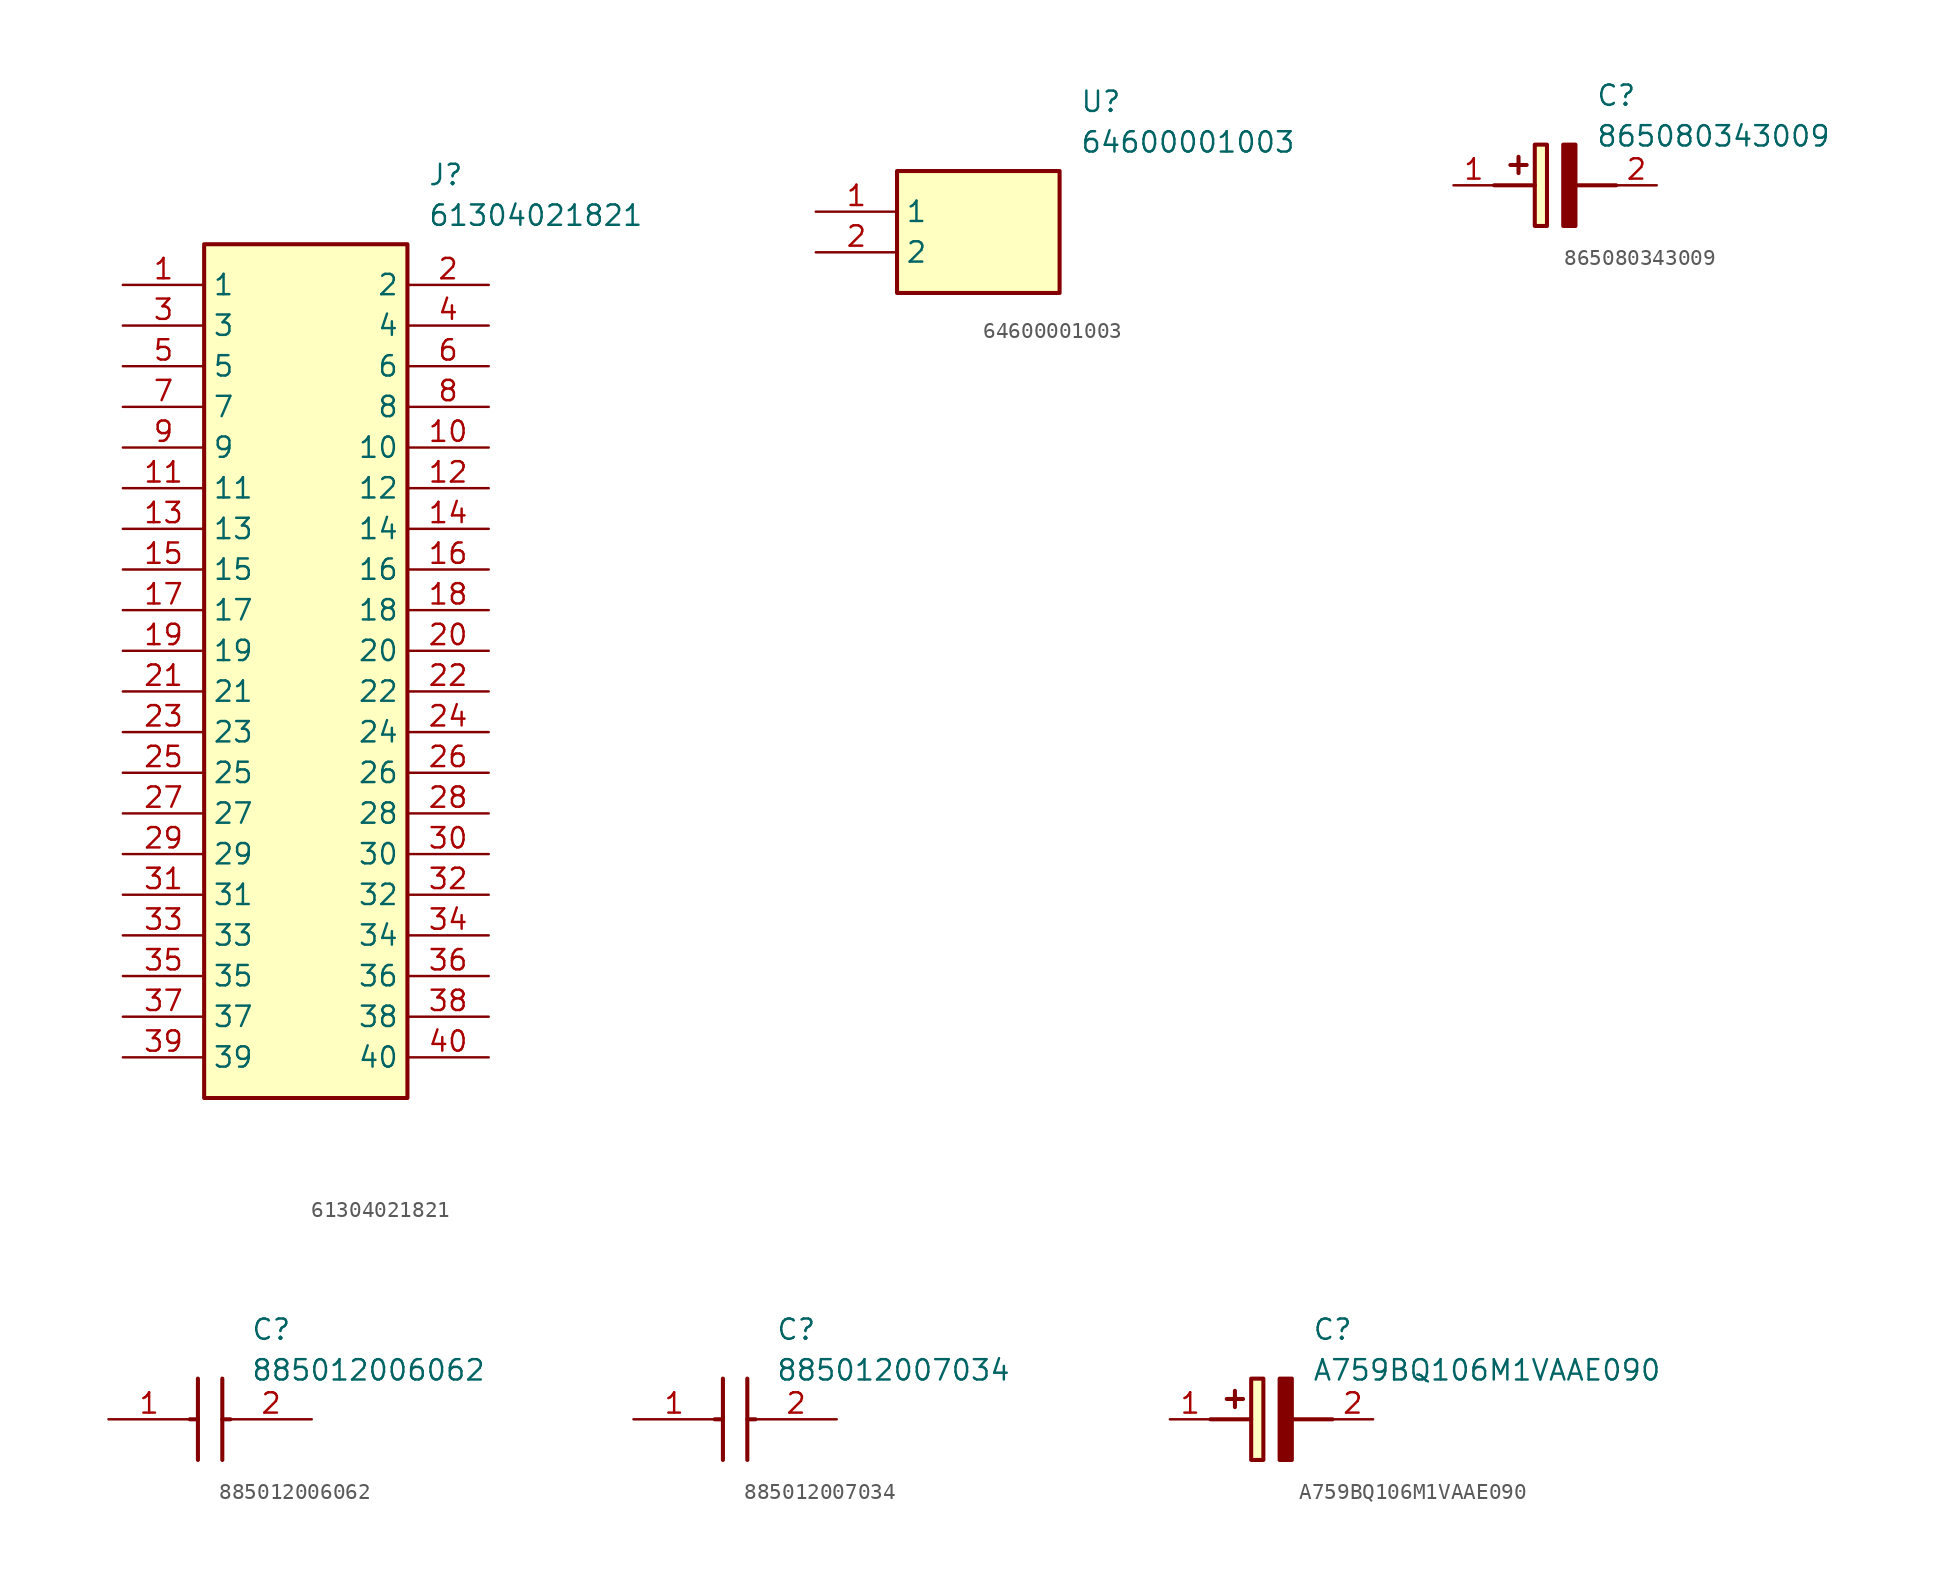
<source format=kicad_sym>
(kicad_symbol_lib
  (version 20231120)
  (generator "kicad_symbol_editor")
  (generator_version "8.0")
  (symbol "61304021821"
    (property "Reference" "J"
      (at 19.05 7.62 0)
      (effects (font (size 1.27 1.27)) (justify left top)))
    (property "Value" "61304021821"
      (at 19.05 5.08 0)
      (effects (font (size 1.27 1.27)) (justify left top)))
    (symbol "61304021821_1_1"
      (rectangle (start 5.08 2.54) (end 17.78 -50.8) (stroke (width 0.254) (type default)) (fill (type background)))
      (pin passive line (at 0 0 0) (length 5.08) (name "1" (effects (font (size 1.27 1.27)))) (number "1" (effects (font (size 1.27 1.27)))))
      (pin passive line (at 22.86 -10.16 180) (length 5.08) (name "10" (effects (font (size 1.27 1.27)))) (number "10" (effects (font (size 1.27 1.27)))))
      (pin passive line (at 0 -12.7 0) (length 5.08) (name "11" (effects (font (size 1.27 1.27)))) (number "11" (effects (font (size 1.27 1.27)))))
      (pin passive line (at 22.86 -12.7 180) (length 5.08) (name "12" (effects (font (size 1.27 1.27)))) (number "12" (effects (font (size 1.27 1.27)))))
      (pin passive line (at 0 -15.24 0) (length 5.08) (name "13" (effects (font (size 1.27 1.27)))) (number "13" (effects (font (size 1.27 1.27)))))
      (pin passive line (at 22.86 -15.24 180) (length 5.08) (name "14" (effects (font (size 1.27 1.27)))) (number "14" (effects (font (size 1.27 1.27)))))
      (pin passive line (at 0 -17.78 0) (length 5.08) (name "15" (effects (font (size 1.27 1.27)))) (number "15" (effects (font (size 1.27 1.27)))))
      (pin passive line (at 22.86 -17.78 180) (length 5.08) (name "16" (effects (font (size 1.27 1.27)))) (number "16" (effects (font (size 1.27 1.27)))))
      (pin passive line (at 0 -20.32 0) (length 5.08) (name "17" (effects (font (size 1.27 1.27)))) (number "17" (effects (font (size 1.27 1.27)))))
      (pin passive line (at 22.86 -20.32 180) (length 5.08) (name "18" (effects (font (size 1.27 1.27)))) (number "18" (effects (font (size 1.27 1.27)))))
      (pin passive line (at 0 -22.86 0) (length 5.08) (name "19" (effects (font (size 1.27 1.27)))) (number "19" (effects (font (size 1.27 1.27)))))
      (pin passive line (at 22.86 0 180) (length 5.08) (name "2" (effects (font (size 1.27 1.27)))) (number "2" (effects (font (size 1.27 1.27)))))
      (pin passive line (at 22.86 -22.86 180) (length 5.08) (name "20" (effects (font (size 1.27 1.27)))) (number "20" (effects (font (size 1.27 1.27)))))
      (pin passive line (at 0 -25.4 0) (length 5.08) (name "21" (effects (font (size 1.27 1.27)))) (number "21" (effects (font (size 1.27 1.27)))))
      (pin passive line (at 22.86 -25.4 180) (length 5.08) (name "22" (effects (font (size 1.27 1.27)))) (number "22" (effects (font (size 1.27 1.27)))))
      (pin passive line (at 0 -27.94 0) (length 5.08) (name "23" (effects (font (size 1.27 1.27)))) (number "23" (effects (font (size 1.27 1.27)))))
      (pin passive line (at 22.86 -27.94 180) (length 5.08) (name "24" (effects (font (size 1.27 1.27)))) (number "24" (effects (font (size 1.27 1.27)))))
      (pin passive line (at 0 -30.48 0) (length 5.08) (name "25" (effects (font (size 1.27 1.27)))) (number "25" (effects (font (size 1.27 1.27)))))
      (pin passive line (at 22.86 -30.48 180) (length 5.08) (name "26" (effects (font (size 1.27 1.27)))) (number "26" (effects (font (size 1.27 1.27)))))
      (pin passive line (at 0 -33.02 0) (length 5.08) (name "27" (effects (font (size 1.27 1.27)))) (number "27" (effects (font (size 1.27 1.27)))))
      (pin passive line (at 22.86 -33.02 180) (length 5.08) (name "28" (effects (font (size 1.27 1.27)))) (number "28" (effects (font (size 1.27 1.27)))))
      (pin passive line (at 0 -35.56 0) (length 5.08) (name "29" (effects (font (size 1.27 1.27)))) (number "29" (effects (font (size 1.27 1.27)))))
      (pin passive line (at 0 -2.54 0) (length 5.08) (name "3" (effects (font (size 1.27 1.27)))) (number "3" (effects (font (size 1.27 1.27)))))
      (pin passive line (at 22.86 -35.56 180) (length 5.08) (name "30" (effects (font (size 1.27 1.27)))) (number "30" (effects (font (size 1.27 1.27)))))
      (pin passive line (at 0 -38.1 0) (length 5.08) (name "31" (effects (font (size 1.27 1.27)))) (number "31" (effects (font (size 1.27 1.27)))))
      (pin passive line (at 22.86 -38.1 180) (length 5.08) (name "32" (effects (font (size 1.27 1.27)))) (number "32" (effects (font (size 1.27 1.27)))))
      (pin passive line (at 0 -40.64 0) (length 5.08) (name "33" (effects (font (size 1.27 1.27)))) (number "33" (effects (font (size 1.27 1.27)))))
      (pin passive line (at 22.86 -40.64 180) (length 5.08) (name "34" (effects (font (size 1.27 1.27)))) (number "34" (effects (font (size 1.27 1.27)))))
      (pin passive line (at 0 -43.18 0) (length 5.08) (name "35" (effects (font (size 1.27 1.27)))) (number "35" (effects (font (size 1.27 1.27)))))
      (pin passive line (at 22.86 -43.18 180) (length 5.08) (name "36" (effects (font (size 1.27 1.27)))) (number "36" (effects (font (size 1.27 1.27)))))
      (pin passive line (at 0 -45.72 0) (length 5.08) (name "37" (effects (font (size 1.27 1.27)))) (number "37" (effects (font (size 1.27 1.27)))))
      (pin passive line (at 22.86 -45.72 180) (length 5.08) (name "38" (effects (font (size 1.27 1.27)))) (number "38" (effects (font (size 1.27 1.27)))))
      (pin passive line (at 0 -48.26 0) (length 5.08) (name "39" (effects (font (size 1.27 1.27)))) (number "39" (effects (font (size 1.27 1.27)))))
      (pin passive line (at 22.86 -2.54 180) (length 5.08) (name "4" (effects (font (size 1.27 1.27)))) (number "4" (effects (font (size 1.27 1.27)))))
      (pin passive line (at 22.86 -48.26 180) (length 5.08) (name "40" (effects (font (size 1.27 1.27)))) (number "40" (effects (font (size 1.27 1.27)))))
      (pin passive line (at 0 -5.08 0) (length 5.08) (name "5" (effects (font (size 1.27 1.27)))) (number "5" (effects (font (size 1.27 1.27)))))
      (pin passive line (at 22.86 -5.08 180) (length 5.08) (name "6" (effects (font (size 1.27 1.27)))) (number "6" (effects (font (size 1.27 1.27)))))
      (pin passive line (at 0 -7.62 0) (length 5.08) (name "7" (effects (font (size 1.27 1.27)))) (number "7" (effects (font (size 1.27 1.27)))))
      (pin passive line (at 22.86 -7.62 180) (length 5.08) (name "8" (effects (font (size 1.27 1.27)))) (number "8" (effects (font (size 1.27 1.27)))))
      (pin passive line (at 0 -10.16 0) (length 5.08) (name "9" (effects (font (size 1.27 1.27)))) (number "9" (effects (font (size 1.27 1.27)))))))
  (symbol "64600001003"
    (property "Reference" "U"
      (at 16.51 7.62 0)
      (effects (font (size 1.27 1.27)) (justify left top)))
    (property "Value" "64600001003"
      (at 16.51 5.08 0)
      (effects (font (size 1.27 1.27)) (justify left top)))
    (symbol "64600001003_1_1"
      (rectangle (start 5.08 2.54) (end 15.24 -5.08) (stroke (width 0.254) (type default)) (fill (type background)))
      (pin passive line (at 0 0 0) (length 5.08) (name "1" (effects (font (size 1.27 1.27)))) (number "1" (effects (font (size 1.27 1.27)))))
      (pin passive line (at 0 -2.54 0) (length 5.08) (name "2" (effects (font (size 1.27 1.27)))) (number "2" (effects (font (size 1.27 1.27)))))))
  (symbol "865080343009"
    (pin_names hide)
    (property "Reference" "C"
      (at 8.89 6.35 0)
      (effects (font (size 1.27 1.27)) (justify left top)))
    (property "Value" "865080343009"
      (at 8.89 3.81 0)
      (effects (font (size 1.27 1.27)) (justify left top)))
    (symbol "865080343009_1_1"
      (polyline (pts (xy 2.54 0) (xy 5.08 0)) (stroke (width 0.254) (type default)) (fill (type none)))
      (polyline (pts (xy 4.064 1.778) (xy 4.064 0.762)) (stroke (width 0.254) (type default)) (fill (type none)))
      (polyline (pts (xy 4.572 1.27) (xy 3.556 1.27)) (stroke (width 0.254) (type default)) (fill (type none)))
      (polyline (pts (xy 7.62 0) (xy 10.16 0)) (stroke (width 0.254) (type default)) (fill (type none)))
      (polyline (pts (xy 7.62 2.54) (xy 7.62 -2.54) (xy 6.858 -2.54) (xy 6.858 2.54) (xy 7.62 2.54)) (stroke (width 0.254) (type default)) (fill (type outline)))
      (rectangle (start 5.08 2.54) (end 5.842 -2.54) (stroke (width 0.254) (type default)) (fill (type background)))
      (pin passive line (at 0 0 0) (length 2.54) (name "+" (effects (font (size 1.27 1.27)))) (number "1" (effects (font (size 1.27 1.27)))))
      (pin passive line (at 12.7 0 180) (length 2.54) (name "-" (effects (font (size 1.27 1.27)))) (number "2" (effects (font (size 1.27 1.27)))))))
  (symbol "885012006062"
    (pin_names hide)
    (property "Reference" "C"
      (at 8.89 6.35 0)
      (effects (font (size 1.27 1.27)) (justify left top)))
    (property "Value" "885012006062"
      (at 8.89 3.81 0)
      (effects (font (size 1.27 1.27)) (justify left top)))
    (symbol "885012006062_1_1"
      (polyline (pts (xy 5.08 0) (xy 5.588 0)) (stroke (width 0.254) (type default)) (fill (type none)))
      (polyline (pts (xy 5.588 2.54) (xy 5.588 -2.54)) (stroke (width 0.254) (type default)) (fill (type none)))
      (polyline (pts (xy 7.112 0) (xy 7.62 0)) (stroke (width 0.254) (type default)) (fill (type none)))
      (polyline (pts (xy 7.112 2.54) (xy 7.112 -2.54)) (stroke (width 0.254) (type default)) (fill (type none)))
      (pin passive line (at 0 0 0) (length 5.08) (name "1" (effects (font (size 1.27 1.27)))) (number "1" (effects (font (size 1.27 1.27)))))
      (pin passive line (at 12.7 0 180) (length 5.08) (name "2" (effects (font (size 1.27 1.27)))) (number "2" (effects (font (size 1.27 1.27)))))))
  (symbol "885012007034"
    (pin_names hide)
    (property "Reference" "C"
      (at 8.89 6.35 0)
      (effects (font (size 1.27 1.27)) (justify left top)))
    (property "Value" "885012007034"
      (at 8.89 3.81 0)
      (effects (font (size 1.27 1.27)) (justify left top)))
    (symbol "885012007034_1_1"
      (polyline (pts (xy 5.08 0) (xy 5.588 0)) (stroke (width 0.254) (type default)) (fill (type none)))
      (polyline (pts (xy 5.588 2.54) (xy 5.588 -2.54)) (stroke (width 0.254) (type default)) (fill (type none)))
      (polyline (pts (xy 7.112 0) (xy 7.62 0)) (stroke (width 0.254) (type default)) (fill (type none)))
      (polyline (pts (xy 7.112 2.54) (xy 7.112 -2.54)) (stroke (width 0.254) (type default)) (fill (type none)))
      (pin passive line (at 0 0 0) (length 5.08) (name "1" (effects (font (size 1.27 1.27)))) (number "1" (effects (font (size 1.27 1.27)))))
      (pin passive line (at 12.7 0 180) (length 5.08) (name "2" (effects (font (size 1.27 1.27)))) (number "2" (effects (font (size 1.27 1.27)))))))
  (symbol "A759BQ106M1VAAE090"
    (pin_names hide)
    (property "Reference" "C"
      (at 8.89 6.35 0)
      (effects (font (size 1.27 1.27)) (justify left top)))
    (property "Value" "A759BQ106M1VAAE090"
      (at 8.89 3.81 0)
      (effects (font (size 1.27 1.27)) (justify left top)))
    (symbol "A759BQ106M1VAAE090_1_1"
      (polyline (pts (xy 2.54 0) (xy 5.08 0)) (stroke (width 0.254) (type default)) (fill (type none)))
      (polyline (pts (xy 4.064 1.778) (xy 4.064 0.762)) (stroke (width 0.254) (type default)) (fill (type none)))
      (polyline (pts (xy 4.572 1.27) (xy 3.556 1.27)) (stroke (width 0.254) (type default)) (fill (type none)))
      (polyline (pts (xy 7.62 0) (xy 10.16 0)) (stroke (width 0.254) (type default)) (fill (type none)))
      (polyline (pts (xy 7.62 2.54) (xy 7.62 -2.54) (xy 6.858 -2.54) (xy 6.858 2.54) (xy 7.62 2.54)) (stroke (width 0.254) (type default)) (fill (type outline)))
      (rectangle (start 5.08 2.54) (end 5.842 -2.54) (stroke (width 0.254) (type default)) (fill (type background)))
      (pin passive line (at 0 0 0) (length 2.54) (name "+" (effects (font (size 1.27 1.27)))) (number "1" (effects (font (size 1.27 1.27)))))
      (pin passive line (at 12.7 0 180) (length 2.54) (name "-" (effects (font (size 1.27 1.27)))) (number "2" (effects (font (size 1.27 1.27))))))))
</source>
